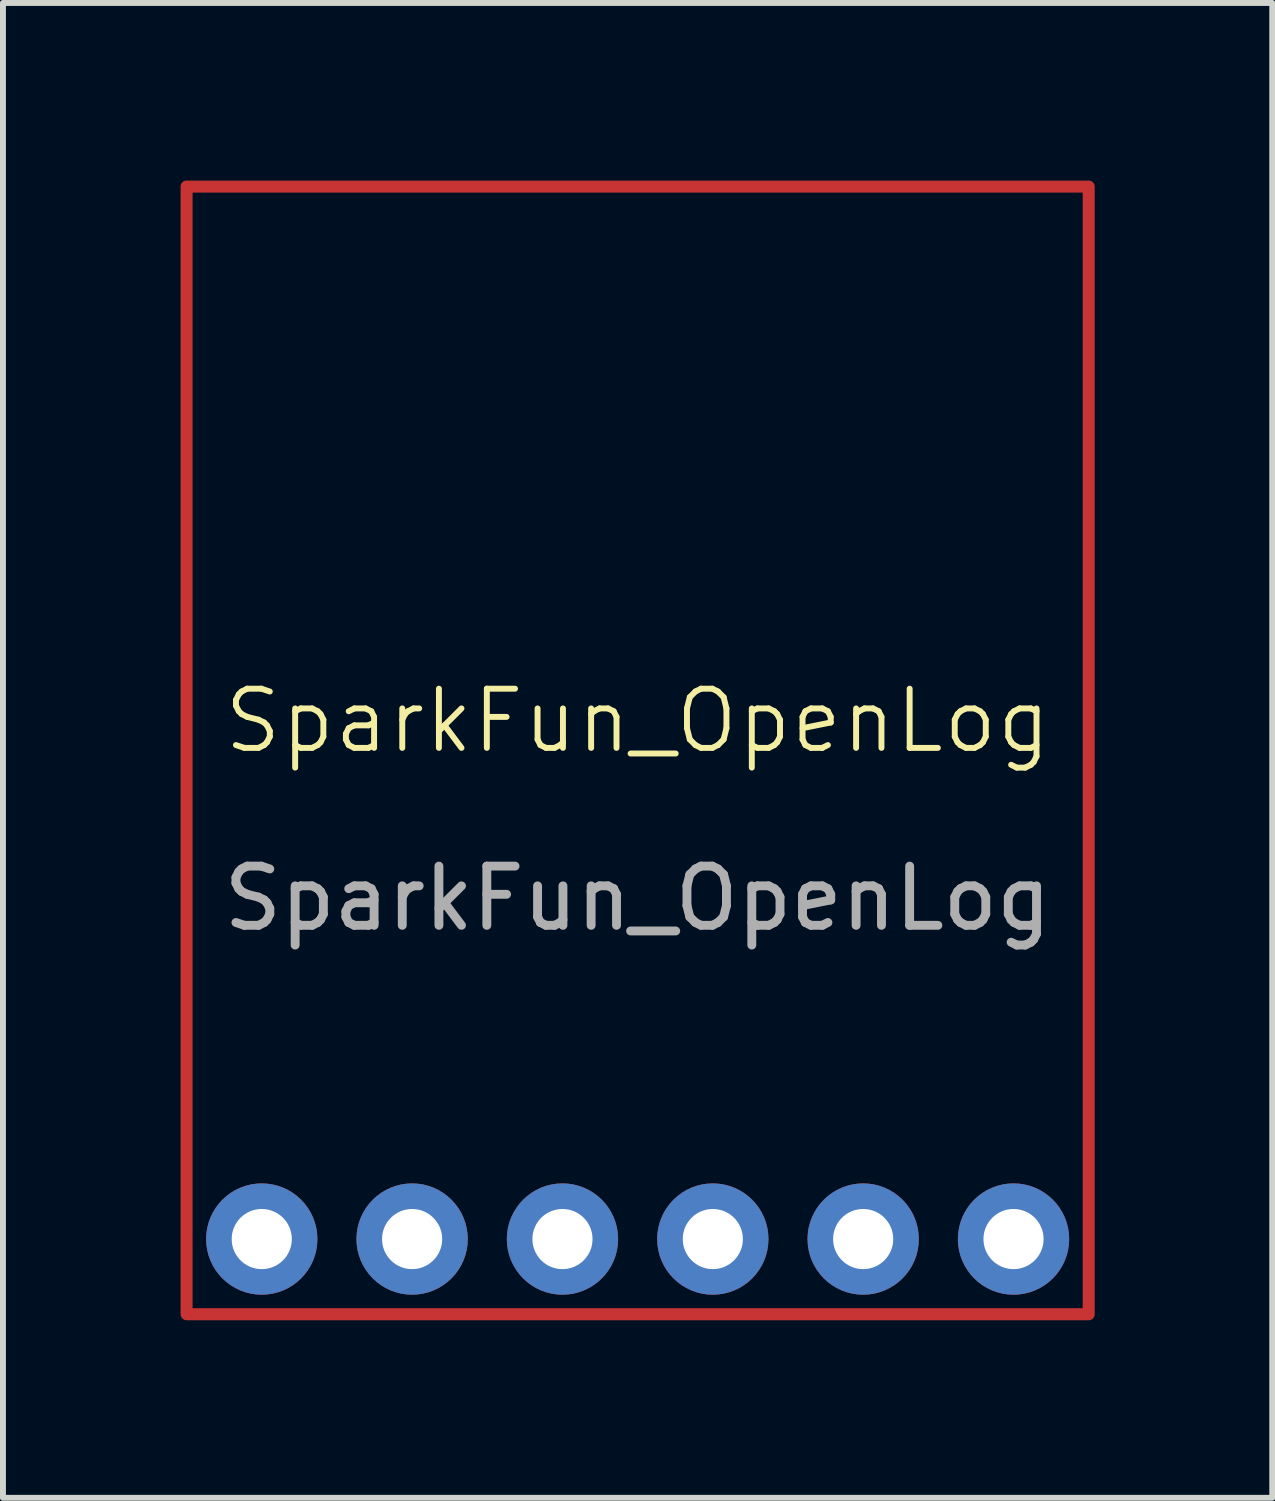
<source format=kicad_pcb>
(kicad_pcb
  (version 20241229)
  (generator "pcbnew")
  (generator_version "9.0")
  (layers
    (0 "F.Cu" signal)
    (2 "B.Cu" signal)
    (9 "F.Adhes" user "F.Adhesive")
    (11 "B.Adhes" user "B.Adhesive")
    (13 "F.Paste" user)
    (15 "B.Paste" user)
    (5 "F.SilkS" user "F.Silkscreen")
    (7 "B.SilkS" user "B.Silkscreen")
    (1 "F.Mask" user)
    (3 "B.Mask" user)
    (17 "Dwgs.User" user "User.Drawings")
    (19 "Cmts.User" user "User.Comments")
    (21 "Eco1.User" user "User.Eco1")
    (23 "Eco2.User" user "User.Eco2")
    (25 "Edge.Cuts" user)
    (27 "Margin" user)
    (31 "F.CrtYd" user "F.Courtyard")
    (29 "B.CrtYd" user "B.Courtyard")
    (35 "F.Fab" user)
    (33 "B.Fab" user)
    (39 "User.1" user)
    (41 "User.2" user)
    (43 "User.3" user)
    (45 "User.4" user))
  (footprint "SparkFun_OpenLog"
    (layer "F.Cu")
    (at 14.072 17.882)
    (property "Reference" "SparkFun_OpenLog" (at -6.35 -8.755 0) (unlocked yes) (layer "F.SilkS") (effects (font (size 1 1) (thickness 0.1))))
    (attr through_hole)
    (fp_rect (start -13.97 -17.78) (end 1.27 1.27) (stroke (width 0.203) (type solid)) (fill no) (layer "F.Cu"))
    (fp_text user "${REFERENCE}" (at -6.35 -5.755 0) (unlocked yes) (layer "F.Fab") (effects (font (size 1 1) (thickness 0.15))))
    (pad "1" thru_hole circle (at 0 0) (size 1.88 1.88) (drill 1.016) (layers "*.Cu" "*.Mask"))
    (pad "2" thru_hole circle (at -2.54 0) (size 1.88 1.88) (drill 1.016) (layers "*.Cu" "*.Mask"))
    (pad "3" thru_hole circle (at -5.08 0) (size 1.88 1.88) (drill 1.016) (layers "*.Cu" "*.Mask"))
    (pad "4" thru_hole circle (at -7.62 0) (size 1.88 1.88) (drill 1.016) (layers "*.Cu" "*.Mask"))
    (pad "5" thru_hole circle (at -10.16 0) (size 1.88 1.88) (drill 1.016) (layers "*.Cu" "*.Mask"))
    (pad "6" thru_hole circle (at -12.7 0) (size 1.88 1.88) (drill 1.016) (layers "*.Cu" "*.Mask")))
  (gr_rect
    (start -3 -3)
    (end 18.443 22.253)
    (stroke (width 0.1) (type default))
    (fill no)
    (layer "Edge.Cuts")))
</source>
